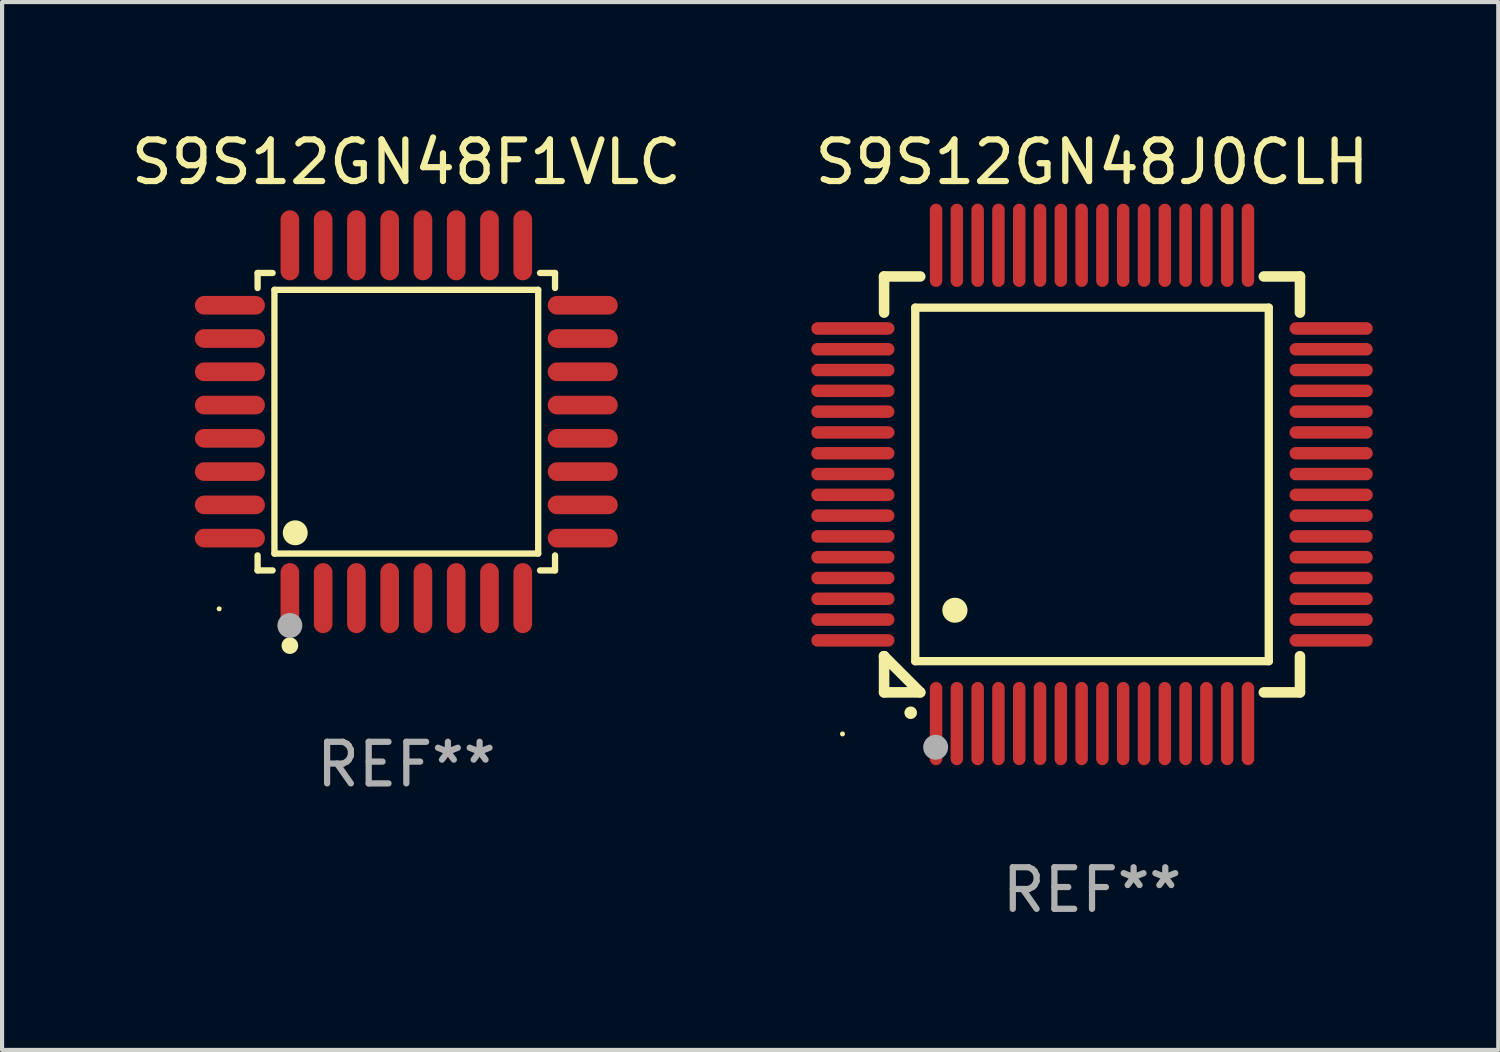
<source format=kicad_pcb>
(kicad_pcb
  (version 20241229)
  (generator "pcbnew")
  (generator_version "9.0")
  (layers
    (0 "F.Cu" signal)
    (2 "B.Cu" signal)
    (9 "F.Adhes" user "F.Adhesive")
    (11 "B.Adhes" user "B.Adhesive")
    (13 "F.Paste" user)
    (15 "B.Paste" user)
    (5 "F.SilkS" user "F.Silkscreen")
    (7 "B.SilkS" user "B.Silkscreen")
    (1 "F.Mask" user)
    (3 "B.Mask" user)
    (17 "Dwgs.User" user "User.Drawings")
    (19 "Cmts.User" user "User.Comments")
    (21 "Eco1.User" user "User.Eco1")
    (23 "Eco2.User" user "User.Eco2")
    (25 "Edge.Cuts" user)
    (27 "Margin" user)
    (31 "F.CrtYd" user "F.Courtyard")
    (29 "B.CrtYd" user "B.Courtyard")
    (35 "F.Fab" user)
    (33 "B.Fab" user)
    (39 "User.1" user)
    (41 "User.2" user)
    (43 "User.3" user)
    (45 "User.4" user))
  (footprint "S9S12GN48J0CLH"
    (layer "F.Cu")
    (at 23.208 8.598)
    (property "Reference" "S9S12GN48J0CLH" (at 0 -7.75 0) (layer "F.SilkS") (effects (font (size 1 1) (thickness 0.15))))
    (attr through_hole)
    (fp_line (start -5 -5) (end -4.131 -5) (stroke (width 0.254) (type solid)) (layer "F.SilkS"))
    (fp_line (start -5 -4.131) (end -5 -5) (stroke (width 0.254) (type solid)) (layer "F.SilkS"))
    (fp_line (start -5 4.131) (end -5 4.131) (stroke (width 0.254) (type solid)) (layer "F.SilkS"))
    (fp_line (start -5 5) (end -5 4.131) (stroke (width 0.254) (type solid)) (layer "F.SilkS"))
    (fp_line (start -5 4.131) (end -4.131 5) (stroke (width 0.254) (type solid)) (layer "F.SilkS"))
    (fp_line (start -4.25 -4.25) (end -4.25 4.25) (stroke (width 0.2) (type solid)) (layer "F.SilkS"))
    (fp_line (start -4.25 4.25) (end 4.25 4.25) (stroke (width 0.2) (type solid)) (layer "F.SilkS"))
    (fp_line (start -4.131 5) (end -5 5) (stroke (width 0.254) (type solid)) (layer "F.SilkS"))
    (fp_line (start 4.25 -4.25) (end -4.25 -4.25) (stroke (width 0.2) (type solid)) (layer "F.SilkS"))
    (fp_line (start 4.25 4.25) (end 4.25 -4.25) (stroke (width 0.2) (type solid)) (layer "F.SilkS"))
    (fp_line (start 5 -5) (end 4.131 -5) (stroke (width 0.254) (type solid)) (layer "F.SilkS"))
    (fp_line (start 5 -5) (end 5 -4.131) (stroke (width 0.254) (type solid)) (layer "F.SilkS"))
    (fp_line (start 5 4.131) (end 5 5) (stroke (width 0.254) (type solid)) (layer "F.SilkS"))
    (fp_line (start 5 5) (end 4.131 5) (stroke (width 0.254) (type solid)) (layer "F.SilkS"))
    (fp_arc (start -4.361265 5.489992) (mid -4.359995 5.489987) (end -4.358725 5.489992) (stroke (width 0.3) (type solid)) (layer "F.SilkS"))
    (fp_arc (start -3.299467 3.025146) (mid -3.296927 3.025135) (end -3.294387 3.025146) (stroke (width 0.6) (type solid)) (layer "F.SilkS"))
    (fp_circle (center -6 6) (end -5.97 6) (stroke (width 0.06) (type solid)) (fill no) (layer "F.SilkS"))
    (fp_circle (center -3.76 6.32) (end -3.61 6.32) (stroke (width 0.3) (type solid)) (fill no) (layer "F.Fab"))
    (fp_text user "REF**" (at 0 9.75 0) (layer "F.Fab") (effects (font (size 1 1) (thickness 0.15))))
    (pad "1" smd oval (at -3.75 5.75) (size 0.3 2) (layers "F.Cu" "F.Mask" "F.Paste"))
    (pad "2" smd oval (at -3.25 5.75) (size 0.3 2) (layers "F.Cu" "F.Mask" "F.Paste"))
    (pad "3" smd oval (at -2.75 5.75) (size 0.3 2) (layers "F.Cu" "F.Mask" "F.Paste"))
    (pad "4" smd oval (at -2.25 5.75) (size 0.3 2) (layers "F.Cu" "F.Mask" "F.Paste"))
    (pad "5" smd oval (at -1.75 5.75) (size 0.3 2) (layers "F.Cu" "F.Mask" "F.Paste"))
    (pad "6" smd oval (at -1.25 5.75) (size 0.3 2) (layers "F.Cu" "F.Mask" "F.Paste"))
    (pad "7" smd oval (at -0.75 5.75) (size 0.3 2) (layers "F.Cu" "F.Mask" "F.Paste"))
    (pad "8" smd oval (at -0.25 5.75) (size 0.3 2) (layers "F.Cu" "F.Mask" "F.Paste"))
    (pad "9" smd oval (at 0.25 5.75) (size 0.3 2) (layers "F.Cu" "F.Mask" "F.Paste"))
    (pad "10" smd oval (at 0.75 5.75) (size 0.3 2) (layers "F.Cu" "F.Mask" "F.Paste"))
    (pad "11" smd oval (at 1.25 5.75) (size 0.3 2) (layers "F.Cu" "F.Mask" "F.Paste"))
    (pad "12" smd oval (at 1.75 5.75) (size 0.3 2) (layers "F.Cu" "F.Mask" "F.Paste"))
    (pad "13" smd oval (at 2.25 5.75) (size 0.3 2) (layers "F.Cu" "F.Mask" "F.Paste"))
    (pad "14" smd oval (at 2.75 5.75) (size 0.3 2) (layers "F.Cu" "F.Mask" "F.Paste"))
    (pad "15" smd oval (at 3.25 5.75) (size 0.3 2) (layers "F.Cu" "F.Mask" "F.Paste"))
    (pad "16" smd oval (at 3.75 5.75) (size 0.3 2) (layers "F.Cu" "F.Mask" "F.Paste"))
    (pad "17" smd oval (at 5.75 3.75) (size 2 0.3) (layers "F.Cu" "F.Mask" "F.Paste"))
    (pad "18" smd oval (at 5.75 3.25) (size 2 0.3) (layers "F.Cu" "F.Mask" "F.Paste"))
    (pad "19" smd oval (at 5.75 2.75) (size 2 0.3) (layers "F.Cu" "F.Mask" "F.Paste"))
    (pad "20" smd oval (at 5.75 2.25) (size 2 0.3) (layers "F.Cu" "F.Mask" "F.Paste"))
    (pad "21" smd oval (at 5.75 1.75) (size 2 0.3) (layers "F.Cu" "F.Mask" "F.Paste"))
    (pad "22" smd oval (at 5.75 1.25) (size 2 0.3) (layers "F.Cu" "F.Mask" "F.Paste"))
    (pad "23" smd oval (at 5.75 0.75) (size 2 0.3) (layers "F.Cu" "F.Mask" "F.Paste"))
    (pad "24" smd oval (at 5.75 0.25) (size 2 0.3) (layers "F.Cu" "F.Mask" "F.Paste"))
    (pad "25" smd oval (at 5.75 -0.25) (size 2 0.3) (layers "F.Cu" "F.Mask" "F.Paste"))
    (pad "26" smd oval (at 5.75 -0.75) (size 2 0.3) (layers "F.Cu" "F.Mask" "F.Paste"))
    (pad "27" smd oval (at 5.75 -1.25) (size 2 0.3) (layers "F.Cu" "F.Mask" "F.Paste"))
    (pad "28" smd oval (at 5.75 -1.75) (size 2 0.3) (layers "F.Cu" "F.Mask" "F.Paste"))
    (pad "29" smd oval (at 5.75 -2.25) (size 2 0.3) (layers "F.Cu" "F.Mask" "F.Paste"))
    (pad "30" smd oval (at 5.75 -2.75) (size 2 0.3) (layers "F.Cu" "F.Mask" "F.Paste"))
    (pad "31" smd oval (at 5.75 -3.25) (size 2 0.3) (layers "F.Cu" "F.Mask" "F.Paste"))
    (pad "32" smd oval (at 5.75 -3.75) (size 2 0.3) (layers "F.Cu" "F.Mask" "F.Paste"))
    (pad "33" smd oval (at 3.75 -5.75) (size 0.3 2) (layers "F.Cu" "F.Mask" "F.Paste"))
    (pad "34" smd oval (at 3.25 -5.75) (size 0.3 2) (layers "F.Cu" "F.Mask" "F.Paste"))
    (pad "35" smd oval (at 2.75 -5.75) (size 0.3 2) (layers "F.Cu" "F.Mask" "F.Paste"))
    (pad "36" smd oval (at 2.25 -5.75) (size 0.3 2) (layers "F.Cu" "F.Mask" "F.Paste"))
    (pad "37" smd oval (at 1.75 -5.75) (size 0.3 2) (layers "F.Cu" "F.Mask" "F.Paste"))
    (pad "38" smd oval (at 1.25 -5.75) (size 0.3 2) (layers "F.Cu" "F.Mask" "F.Paste"))
    (pad "39" smd oval (at 0.75 -5.75) (size 0.3 2) (layers "F.Cu" "F.Mask" "F.Paste"))
    (pad "40" smd oval (at 0.25 -5.75) (size 0.3 2) (layers "F.Cu" "F.Mask" "F.Paste"))
    (pad "41" smd oval (at -0.25 -5.75) (size 0.3 2) (layers "F.Cu" "F.Mask" "F.Paste"))
    (pad "42" smd oval (at -0.75 -5.75) (size 0.3 2) (layers "F.Cu" "F.Mask" "F.Paste"))
    (pad "43" smd oval (at -1.25 -5.75) (size 0.3 2) (layers "F.Cu" "F.Mask" "F.Paste"))
    (pad "44" smd oval (at -1.75 -5.75) (size 0.3 2) (layers "F.Cu" "F.Mask" "F.Paste"))
    (pad "45" smd oval (at -2.25 -5.75) (size 0.3 2) (layers "F.Cu" "F.Mask" "F.Paste"))
    (pad "46" smd oval (at -2.75 -5.75) (size 0.3 2) (layers "F.Cu" "F.Mask" "F.Paste"))
    (pad "47" smd oval (at -3.25 -5.75) (size 0.3 2) (layers "F.Cu" "F.Mask" "F.Paste"))
    (pad "48" smd oval (at -3.75 -5.75) (size 0.3 2) (layers "F.Cu" "F.Mask" "F.Paste"))
    (pad "49" smd oval (at -5.75 -3.75) (size 2 0.3) (layers "F.Cu" "F.Mask" "F.Paste"))
    (pad "50" smd oval (at -5.75 -3.25) (size 2 0.3) (layers "F.Cu" "F.Mask" "F.Paste"))
    (pad "51" smd oval (at -5.75 -2.75) (size 2 0.3) (layers "F.Cu" "F.Mask" "F.Paste"))
    (pad "52" smd oval (at -5.75 -2.25) (size 2 0.3) (layers "F.Cu" "F.Mask" "F.Paste"))
    (pad "53" smd oval (at -5.75 -1.75) (size 2 0.3) (layers "F.Cu" "F.Mask" "F.Paste"))
    (pad "54" smd oval (at -5.75 -1.25) (size 2 0.3) (layers "F.Cu" "F.Mask" "F.Paste"))
    (pad "55" smd oval (at -5.75 -0.75) (size 2 0.3) (layers "F.Cu" "F.Mask" "F.Paste"))
    (pad "56" smd oval (at -5.75 -0.25) (size 2 0.3) (layers "F.Cu" "F.Mask" "F.Paste"))
    (pad "57" smd oval (at -5.75 0.25) (size 2 0.3) (layers "F.Cu" "F.Mask" "F.Paste"))
    (pad "58" smd oval (at -5.75 0.75) (size 2 0.3) (layers "F.Cu" "F.Mask" "F.Paste"))
    (pad "59" smd oval (at -5.75 1.25) (size 2 0.3) (layers "F.Cu" "F.Mask" "F.Paste"))
    (pad "60" smd oval (at -5.75 1.75) (size 2 0.3) (layers "F.Cu" "F.Mask" "F.Paste"))
    (pad "61" smd oval (at -5.75 2.25) (size 2 0.3) (layers "F.Cu" "F.Mask" "F.Paste"))
    (pad "62" smd oval (at -5.75 2.75) (size 2 0.3) (layers "F.Cu" "F.Mask" "F.Paste"))
    (pad "63" smd oval (at -5.75 3.25) (size 2 0.3) (layers "F.Cu" "F.Mask" "F.Paste"))
    (pad "64" smd oval (at -5.75 3.75) (size 2 0.3) (layers "F.Cu" "F.Mask" "F.Paste")))
  (footprint "S9S12GN48F1VLC"
    (layer "F.Cu")
    (at 6.72 7.09)
    (property "Reference" "S9S12GN48F1VLC" (at 0 -6.242 0) (layer "F.SilkS") (effects (font (size 1 1) (thickness 0.15))))
    (attr through_hole)
    (fp_line (start -3.576 -3.576) (end -3.215 -3.576) (stroke (width 0.152) (type solid)) (layer "F.SilkS"))
    (fp_line (start -3.576 -3.215) (end -3.576 -3.576) (stroke (width 0.152) (type solid)) (layer "F.SilkS"))
    (fp_line (start -3.576 3.215) (end -3.576 3.576) (stroke (width 0.152) (type solid)) (layer "F.SilkS"))
    (fp_line (start -3.576 3.576) (end -3.215 3.576) (stroke (width 0.152) (type solid)) (layer "F.SilkS"))
    (fp_line (start -3.171 -3.171) (end 3.171 -3.171) (stroke (width 0.152) (type solid)) (layer "F.SilkS"))
    (fp_line (start -3.171 3.171) (end -3.171 -3.171) (stroke (width 0.152) (type solid)) (layer "F.SilkS"))
    (fp_line (start 3.171 -3.171) (end 3.171 3.171) (stroke (width 0.152) (type solid)) (layer "F.SilkS"))
    (fp_line (start 3.171 3.171) (end -3.171 3.171) (stroke (width 0.152) (type solid)) (layer "F.SilkS"))
    (fp_line (start 3.576 -3.576) (end 3.215 -3.576) (stroke (width 0.152) (type solid)) (layer "F.SilkS"))
    (fp_line (start 3.576 -3.215) (end 3.576 -3.576) (stroke (width 0.152) (type solid)) (layer "F.SilkS"))
    (fp_line (start 3.576 3.215) (end 3.576 3.576) (stroke (width 0.152) (type solid)) (layer "F.SilkS"))
    (fp_line (start 3.576 3.576) (end 3.215 3.576) (stroke (width 0.152) (type solid)) (layer "F.SilkS"))
    (fp_circle (center -4.5 4.5) (end -4.47 4.5) (stroke (width 0.06) (type solid)) (fill no) (layer "F.SilkS"))
    (fp_circle (center -2.8 5.384) (end -2.7 5.384) (stroke (width 0.2) (type solid)) (fill no) (layer "F.SilkS"))
    (fp_circle (center -2.671 2.671) (end -2.521 2.671) (stroke (width 0.3) (type solid)) (fill no) (layer "F.SilkS"))
    (fp_circle (center -2.8 4.9) (end -2.65 4.9) (stroke (width 0.3) (type solid)) (fill no) (layer "F.Fab"))
    (fp_text user "REF**" (at 0 8.242 0) (layer "F.Fab") (effects (font (size 1 1) (thickness 0.15))))
    (pad "1" smd oval (at -2.8 4.242) (size 0.448 1.684) (layers "F.Cu" "F.Mask" "F.Paste"))
    (pad "2" smd oval (at -2 4.242) (size 0.448 1.684) (layers "F.Cu" "F.Mask" "F.Paste"))
    (pad "3" smd oval (at -1.2 4.242) (size 0.448 1.684) (layers "F.Cu" "F.Mask" "F.Paste"))
    (pad "4" smd oval (at -0.4 4.242) (size 0.448 1.684) (layers "F.Cu" "F.Mask" "F.Paste"))
    (pad "5" smd oval (at 0.4 4.242) (size 0.448 1.684) (layers "F.Cu" "F.Mask" "F.Paste"))
    (pad "6" smd oval (at 1.2 4.242) (size 0.448 1.684) (layers "F.Cu" "F.Mask" "F.Paste"))
    (pad "7" smd oval (at 2 4.242) (size 0.448 1.684) (layers "F.Cu" "F.Mask" "F.Paste"))
    (pad "8" smd oval (at 2.8 4.242) (size 0.448 1.684) (layers "F.Cu" "F.Mask" "F.Paste"))
    (pad "9" smd oval (at 4.242 2.8) (size 1.684 0.448) (layers "F.Cu" "F.Mask" "F.Paste"))
    (pad "10" smd oval (at 4.242 2) (size 1.684 0.448) (layers "F.Cu" "F.Mask" "F.Paste"))
    (pad "11" smd oval (at 4.242 1.2) (size 1.684 0.448) (layers "F.Cu" "F.Mask" "F.Paste"))
    (pad "12" smd oval (at 4.242 0.4) (size 1.684 0.448) (layers "F.Cu" "F.Mask" "F.Paste"))
    (pad "13" smd oval (at 4.242 -0.4) (size 1.684 0.448) (layers "F.Cu" "F.Mask" "F.Paste"))
    (pad "14" smd oval (at 4.242 -1.2) (size 1.684 0.448) (layers "F.Cu" "F.Mask" "F.Paste"))
    (pad "15" smd oval (at 4.242 -2) (size 1.684 0.448) (layers "F.Cu" "F.Mask" "F.Paste"))
    (pad "16" smd oval (at 4.242 -2.8) (size 1.684 0.448) (layers "F.Cu" "F.Mask" "F.Paste"))
    (pad "17" smd oval (at 2.8 -4.242) (size 0.448 1.684) (layers "F.Cu" "F.Mask" "F.Paste"))
    (pad "18" smd oval (at 2 -4.242) (size 0.448 1.684) (layers "F.Cu" "F.Mask" "F.Paste"))
    (pad "19" smd oval (at 1.2 -4.242) (size 0.448 1.684) (layers "F.Cu" "F.Mask" "F.Paste"))
    (pad "20" smd oval (at 0.4 -4.242) (size 0.448 1.684) (layers "F.Cu" "F.Mask" "F.Paste"))
    (pad "21" smd oval (at -0.4 -4.242) (size 0.448 1.684) (layers "F.Cu" "F.Mask" "F.Paste"))
    (pad "22" smd oval (at -1.2 -4.242) (size 0.448 1.684) (layers "F.Cu" "F.Mask" "F.Paste"))
    (pad "23" smd oval (at -2 -4.242) (size 0.448 1.684) (layers "F.Cu" "F.Mask" "F.Paste"))
    (pad "24" smd oval (at -2.8 -4.242) (size 0.448 1.684) (layers "F.Cu" "F.Mask" "F.Paste"))
    (pad "25" smd oval (at -4.242 -2.8) (size 1.684 0.448) (layers "F.Cu" "F.Mask" "F.Paste"))
    (pad "26" smd oval (at -4.242 -2) (size 1.684 0.448) (layers "F.Cu" "F.Mask" "F.Paste"))
    (pad "27" smd oval (at -4.242 -1.2) (size 1.684 0.448) (layers "F.Cu" "F.Mask" "F.Paste"))
    (pad "28" smd oval (at -4.242 -0.4) (size 1.684 0.448) (layers "F.Cu" "F.Mask" "F.Paste"))
    (pad "29" smd oval (at -4.242 0.4) (size 1.684 0.448) (layers "F.Cu" "F.Mask" "F.Paste"))
    (pad "30" smd oval (at -4.242 1.2) (size 1.684 0.448) (layers "F.Cu" "F.Mask" "F.Paste"))
    (pad "31" smd oval (at -4.242 2) (size 1.684 0.448) (layers "F.Cu" "F.Mask" "F.Paste"))
    (pad "32" smd oval (at -4.242 2.8) (size 1.684 0.448) (layers "F.Cu" "F.Mask" "F.Paste")))
  (gr_rect
    (start -3 -3)
    (end 32.976 22.196)
    (stroke (width 0.1) (type default))
    (fill no)
    (layer "Edge.Cuts")))
</source>
